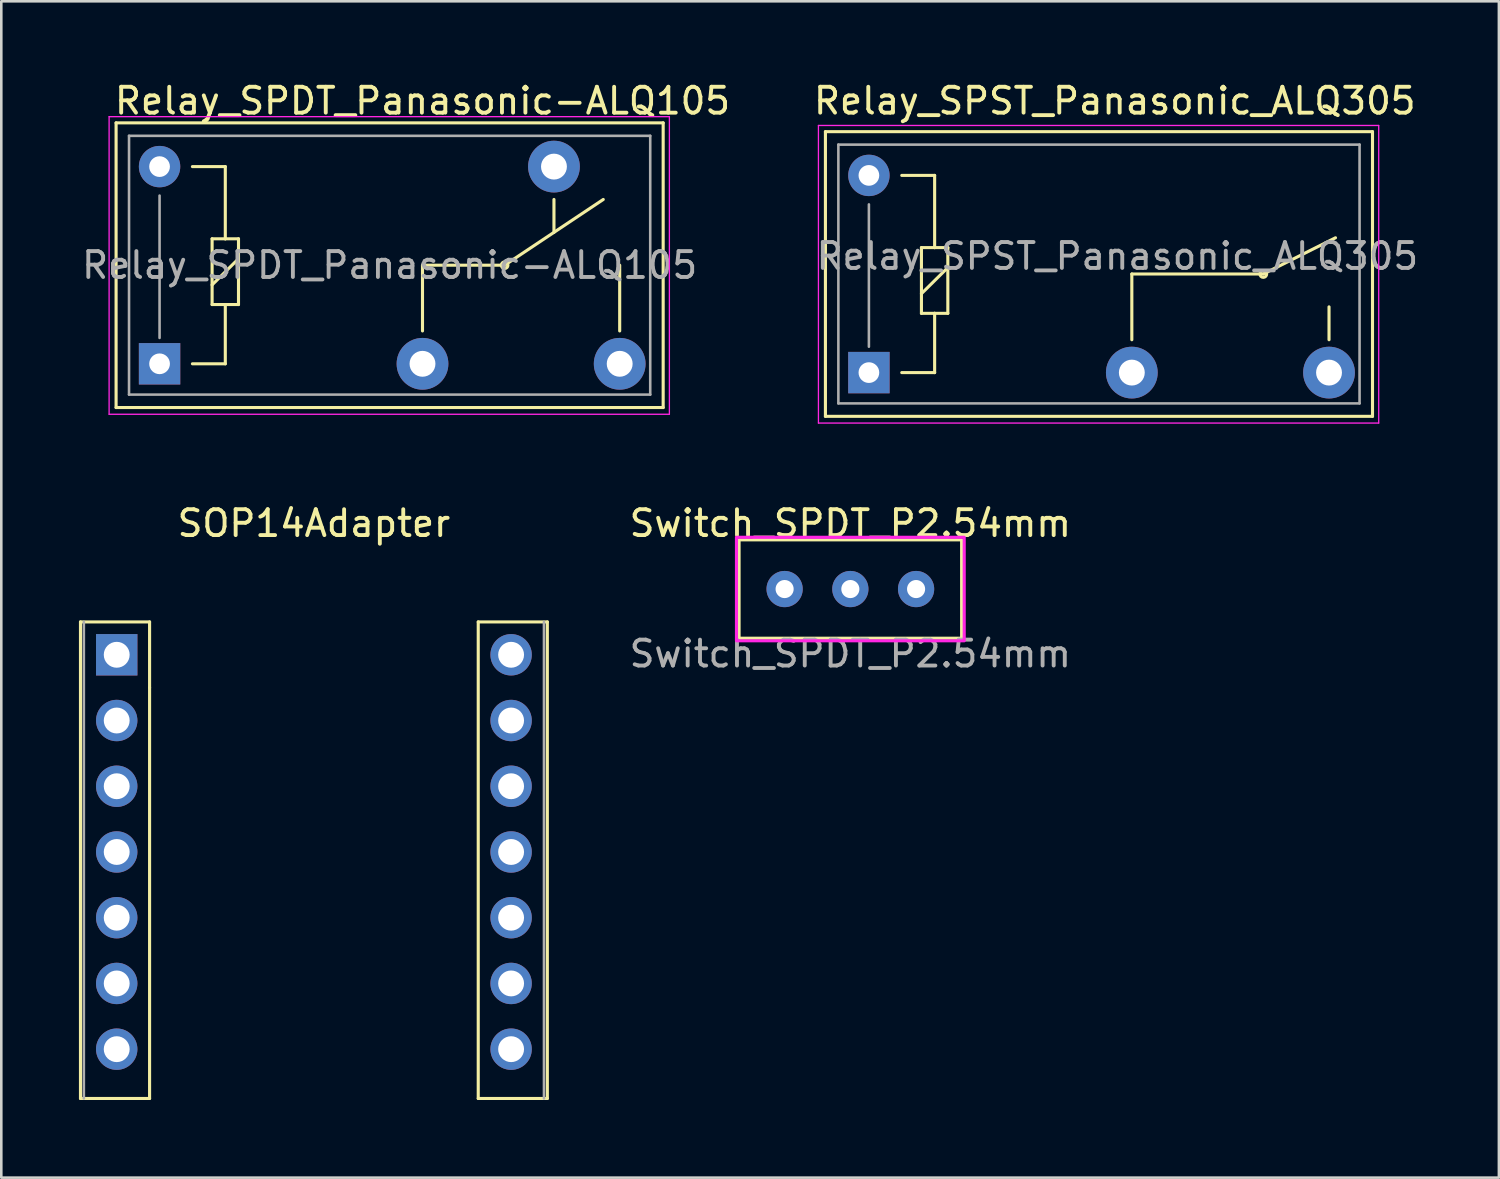
<source format=kicad_pcb>
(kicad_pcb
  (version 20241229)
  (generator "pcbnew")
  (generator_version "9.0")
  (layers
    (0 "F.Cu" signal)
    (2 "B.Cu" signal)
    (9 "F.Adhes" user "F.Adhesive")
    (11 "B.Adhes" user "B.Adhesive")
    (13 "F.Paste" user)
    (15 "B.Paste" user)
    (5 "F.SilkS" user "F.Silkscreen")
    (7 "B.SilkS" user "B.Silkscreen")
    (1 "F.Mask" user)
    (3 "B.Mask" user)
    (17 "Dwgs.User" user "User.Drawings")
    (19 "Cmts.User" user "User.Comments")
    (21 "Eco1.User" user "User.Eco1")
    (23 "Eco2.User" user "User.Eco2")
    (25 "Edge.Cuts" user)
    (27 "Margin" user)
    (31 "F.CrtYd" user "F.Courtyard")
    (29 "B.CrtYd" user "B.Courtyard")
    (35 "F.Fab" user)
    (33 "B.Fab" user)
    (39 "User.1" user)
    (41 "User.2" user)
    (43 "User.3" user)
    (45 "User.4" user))
  (footprint "Relay_SPDT_Panasonic-ALQ105"
    (layer "F.Cu")
    (at 3.116 11.008)
    (property "Reference" "Relay_SPDT_Panasonic-ALQ105" (at 10.16 -10.16 0) (layer "F.SilkS") (effects (font (size 1 1) (thickness 0.15))))
    (attr through_hole)
    (fp_line (start -1.68 -9.31) (end 19.46 -9.31) (stroke (width 0.12) (type solid)) (layer "F.SilkS"))
    (fp_line (start -1.68 1.69) (end -1.68 -9.31) (stroke (width 0.12) (type solid)) (layer "F.SilkS"))
    (fp_line (start -1.68 1.69) (end 19.46 1.69) (stroke (width 0.12) (type solid)) (layer "F.SilkS"))
    (fp_line (start 1.27 0) (end 2.54 0) (stroke (width 0.12) (type solid)) (layer "F.SilkS"))
    (fp_line (start 2.03 -4.83) (end 2.54 -4.83) (stroke (width 0.12) (type solid)) (layer "F.SilkS"))
    (fp_line (start 2.03 -3.05) (end 3.05 -4.06) (stroke (width 0.12) (type solid)) (layer "F.SilkS"))
    (fp_line (start 2.03 -2.29) (end 2.03 -4.83) (stroke (width 0.12) (type solid)) (layer "F.SilkS"))
    (fp_line (start 2.54 -7.62) (end 1.27 -7.62) (stroke (width 0.12) (type solid)) (layer "F.SilkS"))
    (fp_line (start 2.54 -4.83) (end 2.54 -7.62) (stroke (width 0.12) (type solid)) (layer "F.SilkS"))
    (fp_line (start 2.54 -4.83) (end 3.05 -4.83) (stroke (width 0.12) (type solid)) (layer "F.SilkS"))
    (fp_line (start 2.54 -2.29) (end 2.03 -2.29) (stroke (width 0.12) (type solid)) (layer "F.SilkS"))
    (fp_line (start 2.54 0) (end 2.54 -2.29) (stroke (width 0.12) (type solid)) (layer "F.SilkS"))
    (fp_line (start 3.05 -4.83) (end 3.05 -2.29) (stroke (width 0.12) (type solid)) (layer "F.SilkS"))
    (fp_line (start 3.05 -2.29) (end 2.54 -2.29) (stroke (width 0.12) (type solid)) (layer "F.SilkS"))
    (fp_line (start 10.16 -3.81) (end 13.335 -3.81) (stroke (width 0.12) (type solid)) (layer "F.SilkS"))
    (fp_line (start 10.16 -1.27) (end 10.16 -3.81) (stroke (width 0.12) (type solid)) (layer "F.SilkS"))
    (fp_line (start 13.335 -3.81) (end 17.145 -6.35) (stroke (width 0.12) (type solid)) (layer "F.SilkS"))
    (fp_line (start 15.24 -6.35) (end 15.24 -5.08) (stroke (width 0.12) (type solid)) (layer "F.SilkS"))
    (fp_line (start 17.78 -1.27) (end 17.78 -3.81) (stroke (width 0.12) (type solid)) (layer "F.SilkS"))
    (fp_line (start 19.46 1.69) (end 19.46 -9.31) (stroke (width 0.12) (type solid)) (layer "F.SilkS"))
    (fp_circle (center 13.335 -3.81) (end 13.462 -3.81) (stroke (width 0.12) (type solid)) (fill no) (layer "F.SilkS"))
    (fp_line (start -1.95 -9.55) (end 19.7 -9.55) (stroke (width 0.05) (type solid)) (layer "F.CrtYd"))
    (fp_line (start -1.95 1.95) (end -1.95 -9.55) (stroke (width 0.05) (type solid)) (layer "F.CrtYd"))
    (fp_line (start 19.7 -9.55) (end 19.7 1.95) (stroke (width 0.05) (type solid)) (layer "F.CrtYd"))
    (fp_line (start 19.7 1.95) (end -1.95 1.95) (stroke (width 0.05) (type solid)) (layer "F.CrtYd"))
    (fp_line (start -1.18 -8.81) (end 18.96 -8.81) (stroke (width 0.1) (type solid)) (layer "F.Fab"))
    (fp_line (start -1.18 1.19) (end -1.18 -8.81) (stroke (width 0.1) (type solid)) (layer "F.Fab"))
    (fp_line (start 0 -1) (end 0 -6.5) (stroke (width 0.1) (type solid)) (layer "F.Fab"))
    (fp_line (start 18.96 -8.81) (end 18.96 1.19) (stroke (width 0.1) (type solid)) (layer "F.Fab"))
    (fp_line (start 18.96 1.19) (end -1.18 1.19) (stroke (width 0.1) (type solid)) (layer "F.Fab"))
    (fp_text user "${REFERENCE}" (at 8.89 -3.81 0) (layer "F.Fab") (effects (font (size 1 1) (thickness 0.15))))
    (pad "1" thru_hole circle (at 0 -7.62 180) (size 1.6 1.6) (drill 0.8) (layers "*.Cu" "*.Mask"))
    (pad "2" thru_hole rect (at 0 0 180) (size 1.6 1.6) (drill 0.8) (layers "*.Cu" "*.Mask"))
    (pad "3" thru_hole circle (at 10.16 0 180) (size 2 2) (drill 1) (layers "*.Cu" "*.Mask"))
    (pad "4" thru_hole circle (at 15.24 -7.62 180) (size 2 2) (drill 1) (layers "*.Cu" "*.Mask"))
    (pad "5" thru_hole circle (at 17.78 0 180) (size 2 2) (drill 1) (layers "*.Cu" "*.Mask")))
  (footprint "Switch_SPDT_P2.54mm"
    (layer "F.Cu")
    (at 29.809 19.712)
    (property "Reference" "Switch_SPDT_P2.54mm" (at 0 -2.54 0) (unlocked yes) (layer "F.SilkS") (effects (font (size 1 1) (thickness 0.15))))
    (attr through_hole)
    (fp_rect (start -4.3 -1.9) (end 4.3 1.9) (stroke (width 0.12) (type solid)) (fill no) (layer "F.SilkS"))
    (fp_rect (start -4.4 -2) (end 4.4 2) (stroke (width 0.12) (type solid)) (fill no) (layer "F.CrtYd"))
    (fp_text user "${REFERENCE}" (at 0 2.5 0) (unlocked yes) (layer "F.Fab") (effects (font (size 1 1) (thickness 0.15))))
    (pad "1" thru_hole circle (at -2.54 0) (size 1.4 1.4) (drill 0.7) (layers "*.Cu" "*.Mask"))
    (pad "2" thru_hole circle (at 0 0) (size 1.4 1.4) (drill 0.7) (layers "*.Cu" "*.Mask"))
    (pad "3" thru_hole circle (at 2.54 0) (size 1.4 1.4) (drill 0.7) (layers "*.Cu" "*.Mask")))
  (footprint "Relay_SPST_Panasonic_ALQ305"
    (layer "F.Cu")
    (at 30.526 11.348)
    (property "Reference" "Relay_SPST_Panasonic_ALQ305" (at 9.5 -10.5 180) (layer "F.SilkS") (effects (font (size 1 1) (thickness 0.15))))
    (attr through_hole)
    (fp_line (start -1.68 -9.31) (end 19.46 -9.31) (stroke (width 0.12) (type solid)) (layer "F.SilkS"))
    (fp_line (start -1.68 1.69) (end -1.68 -9.31) (stroke (width 0.12) (type solid)) (layer "F.SilkS"))
    (fp_line (start -1.68 1.69) (end 19.46 1.69) (stroke (width 0.12) (type solid)) (layer "F.SilkS"))
    (fp_line (start 1.27 0) (end 2.54 0) (stroke (width 0.12) (type solid)) (layer "F.SilkS"))
    (fp_line (start 2.03 -4.83) (end 2.54 -4.83) (stroke (width 0.12) (type solid)) (layer "F.SilkS"))
    (fp_line (start 2.03 -3.05) (end 3.05 -4.06) (stroke (width 0.12) (type solid)) (layer "F.SilkS"))
    (fp_line (start 2.03 -2.29) (end 2.03 -4.83) (stroke (width 0.12) (type solid)) (layer "F.SilkS"))
    (fp_line (start 2.54 -7.62) (end 1.27 -7.62) (stroke (width 0.12) (type solid)) (layer "F.SilkS"))
    (fp_line (start 2.54 -4.83) (end 2.54 -7.62) (stroke (width 0.12) (type solid)) (layer "F.SilkS"))
    (fp_line (start 2.54 -4.83) (end 3.05 -4.83) (stroke (width 0.12) (type solid)) (layer "F.SilkS"))
    (fp_line (start 2.54 -2.29) (end 2.03 -2.29) (stroke (width 0.12) (type solid)) (layer "F.SilkS"))
    (fp_line (start 2.54 0) (end 2.54 -2.29) (stroke (width 0.12) (type solid)) (layer "F.SilkS"))
    (fp_line (start 3.05 -4.83) (end 3.05 -2.29) (stroke (width 0.12) (type solid)) (layer "F.SilkS"))
    (fp_line (start 3.05 -2.29) (end 2.54 -2.29) (stroke (width 0.12) (type solid)) (layer "F.SilkS"))
    (fp_line (start 10.16 -3.81) (end 15.24 -3.81) (stroke (width 0.12) (type solid)) (layer "F.SilkS"))
    (fp_line (start 10.16 -1.27) (end 10.16 -3.81) (stroke (width 0.12) (type solid)) (layer "F.SilkS"))
    (fp_line (start 15.24 -3.81) (end 18.03 -5.21) (stroke (width 0.12) (type solid)) (layer "F.SilkS"))
    (fp_line (start 17.78 -1.27) (end 17.78 -2.54) (stroke (width 0.12) (type solid)) (layer "F.SilkS"))
    (fp_line (start 19.46 1.69) (end 19.46 -9.31) (stroke (width 0.12) (type solid)) (layer "F.SilkS"))
    (fp_circle (center 15.24 -3.81) (end 15.24 -3.68) (stroke (width 0.12) (type solid)) (fill no) (layer "F.SilkS"))
    (fp_line (start -1.95 -9.55) (end 19.7 -9.55) (stroke (width 0.05) (type solid)) (layer "F.CrtYd"))
    (fp_line (start -1.95 1.95) (end -1.95 -9.55) (stroke (width 0.05) (type solid)) (layer "F.CrtYd"))
    (fp_line (start 19.7 -9.55) (end 19.7 1.95) (stroke (width 0.05) (type solid)) (layer "F.CrtYd"))
    (fp_line (start 19.7 1.95) (end -1.95 1.95) (stroke (width 0.05) (type solid)) (layer "F.CrtYd"))
    (fp_line (start -1.18 -8.81) (end 18.96 -8.81) (stroke (width 0.1) (type solid)) (layer "F.Fab"))
    (fp_line (start -1.18 1.19) (end -1.18 -8.81) (stroke (width 0.1) (type solid)) (layer "F.Fab"))
    (fp_line (start 0 -1) (end 0 -6.5) (stroke (width 0.1) (type solid)) (layer "F.Fab"))
    (fp_line (start 18.96 -8.81) (end 18.96 1.19) (stroke (width 0.1) (type solid)) (layer "F.Fab"))
    (fp_line (start 18.96 1.19) (end -1.18 1.19) (stroke (width 0.1) (type solid)) (layer "F.Fab"))
    (fp_text user "${REFERENCE}" (at 9.6 -4.5 0) (layer "F.Fab") (effects (font (size 1 1) (thickness 0.15))))
    (pad "1" thru_hole circle (at 0 -7.62 180) (size 1.6 1.6) (drill 0.8) (layers "*.Cu" "*.Mask"))
    (pad "2" thru_hole rect (at 0 0 180) (size 1.6 1.6) (drill 0.8) (layers "*.Cu" "*.Mask"))
    (pad "3" thru_hole circle (at 10.16 0 180) (size 2 2) (drill 1) (layers "*.Cu" "*.Mask"))
    (pad "4" thru_hole circle (at 17.78 0 180) (size 2 2) (drill 1) (layers "*.Cu" "*.Mask")))
  (footprint "SOP14Adapter"
    (layer "F.Cu")
    (at 1.46 22.252)
    (property "Reference" "SOP14Adapter" (at 7.62 -5.08 0) (layer "F.SilkS") (effects (font (size 1 1) (thickness 0.15))))
    (attr through_hole)
    (fp_line (start -1.4 -1.27) (end -1.4 17.145) (stroke (width 0.12) (type solid)) (layer "F.SilkS"))
    (fp_line (start -1.4 17.145) (end 1.27 17.145) (stroke (width 0.12) (type solid)) (layer "F.SilkS"))
    (fp_line (start 1.27 -1.27) (end -1.4 -1.27) (stroke (width 0.12) (type solid)) (layer "F.SilkS"))
    (fp_line (start 1.27 1.27) (end 1.27 -1.27) (stroke (width 0.12) (type solid)) (layer "F.SilkS"))
    (fp_line (start 1.27 1.27) (end 1.27 17.145) (stroke (width 0.12) (type solid)) (layer "F.SilkS"))
    (fp_line (start 13.97 -1.27) (end 13.97 17.145) (stroke (width 0.12) (type solid)) (layer "F.SilkS"))
    (fp_line (start 13.97 -1.27) (end 16.64 -1.27) (stroke (width 0.12) (type solid)) (layer "F.SilkS"))
    (fp_line (start 13.97 17.145) (end 16.64 17.145) (stroke (width 0.12) (type solid)) (layer "F.SilkS"))
    (fp_line (start 16.64 17.145) (end 16.64 -1.27) (stroke (width 0.12) (type solid)) (layer "F.SilkS"))
    (fp_line (start -1.27 17.145) (end -1.27 -1.27) (stroke (width 0.1) (type solid)) (layer "F.Fab"))
    (fp_line (start 16.51 -1.27) (end 16.51 17.145) (stroke (width 0.1) (type solid)) (layer "F.Fab"))
    (pad "1" thru_hole rect (at 0 0) (size 1.6 1.6) (drill 1) (layers "*.Cu" "*.Mask"))
    (pad "2" thru_hole oval (at 0 2.54) (size 1.6 1.6) (drill 1) (layers "*.Cu" "*.Mask"))
    (pad "3" thru_hole oval (at 0 5.08) (size 1.6 1.6) (drill 1) (layers "*.Cu" "*.Mask"))
    (pad "4" thru_hole oval (at 0 7.62) (size 1.6 1.6) (drill 1) (layers "*.Cu" "*.Mask"))
    (pad "5" thru_hole oval (at 0 10.16) (size 1.6 1.6) (drill 1) (layers "*.Cu" "*.Mask"))
    (pad "6" thru_hole oval (at 0 12.7) (size 1.6 1.6) (drill 1) (layers "*.Cu" "*.Mask"))
    (pad "7" thru_hole oval (at 0 15.24) (size 1.6 1.6) (drill 1) (layers "*.Cu" "*.Mask"))
    (pad "8" thru_hole oval (at 15.24 15.24) (size 1.6 1.6) (drill 1) (layers "*.Cu" "*.Mask"))
    (pad "9" thru_hole oval (at 15.24 12.7) (size 1.6 1.6) (drill 1) (layers "*.Cu" "*.Mask"))
    (pad "10" thru_hole oval (at 15.24 10.16) (size 1.6 1.6) (drill 1) (layers "*.Cu" "*.Mask"))
    (pad "11" thru_hole oval (at 15.24 7.62) (size 1.6 1.6) (drill 1) (layers "*.Cu" "*.Mask"))
    (pad "12" thru_hole oval (at 15.24 5.08) (size 1.6 1.6) (drill 1) (layers "*.Cu" "*.Mask"))
    (pad "13" thru_hole oval (at 15.24 2.54) (size 1.6 1.6) (drill 1) (layers "*.Cu" "*.Mask"))
    (pad "14" thru_hole oval (at 15.24 0) (size 1.6 1.6) (drill 1) (layers "*.Cu" "*.Mask")))
  (gr_rect
    (start -3 -3)
    (end 54.87 42.456)
    (stroke (width 0.1) (type default))
    (fill no)
    (layer "Edge.Cuts")))
</source>
